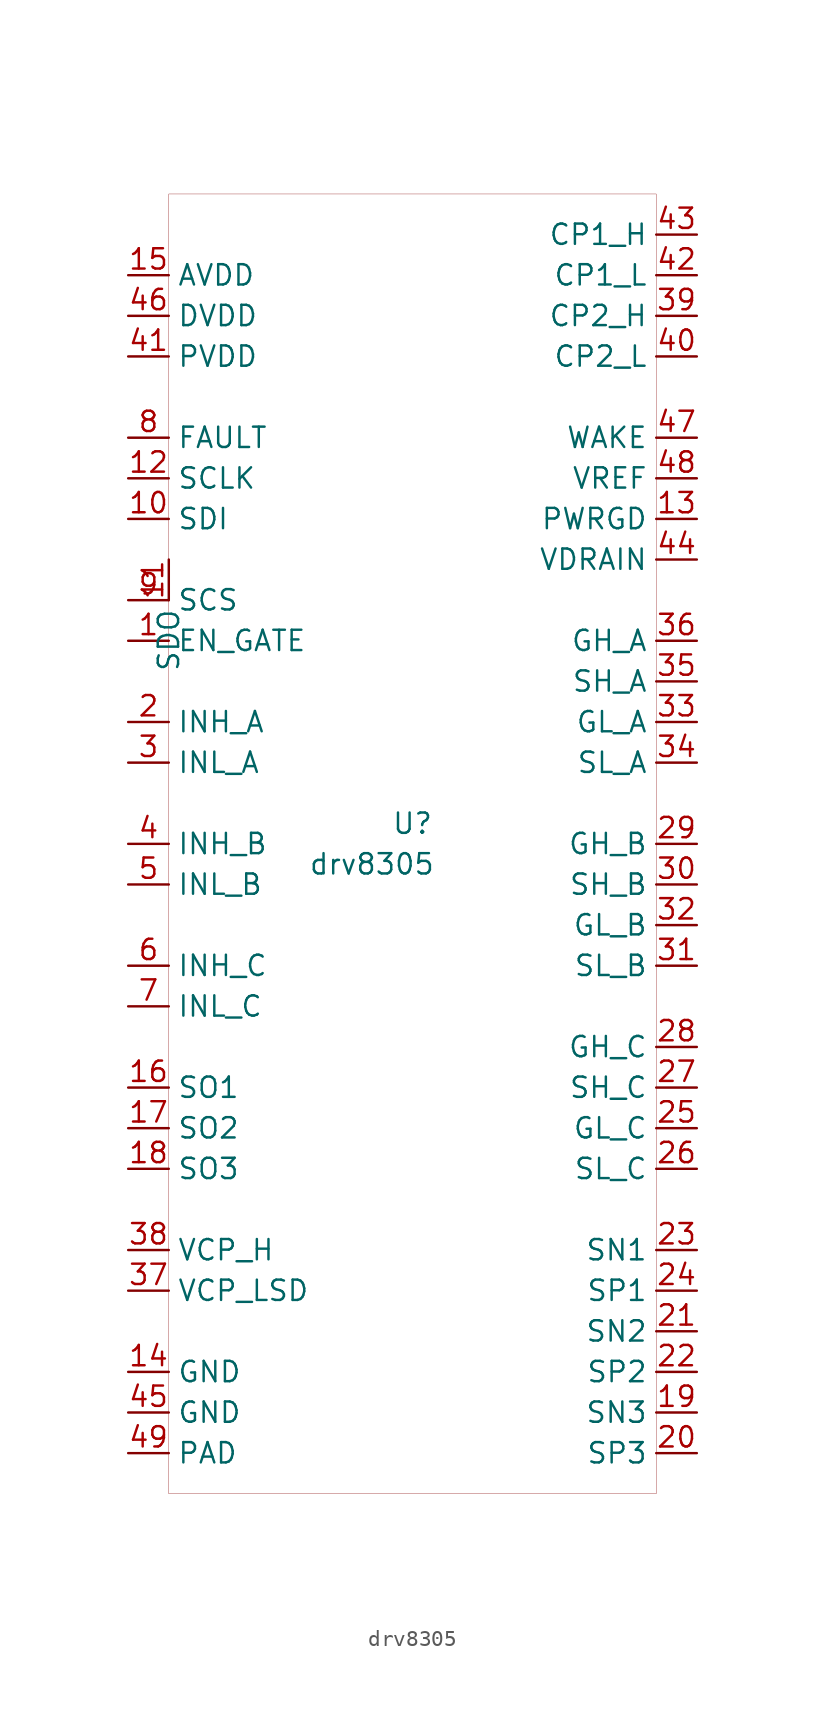
<source format=kicad_sym>
(kicad_symbol_lib
  (version 20201005)
  (generator kicad_symbol_editor)
  (symbol "drv8305:drv8305"
    (property "Reference" "U"
      (at 0 1.27 0)
      (effects (font (size 1.27 1.27))))
    (property "Value" "drv8305"
      (at -2.54 -1.27 0)
      (effects (font (size 1.27 1.27))))
    (symbol "drv8305_0_1"
      (polyline (pts (xy 15.24 40.64) (xy -15.24 40.64) (xy -15.24 -40.64) (xy 15.24 -40.64) (xy 15.24 40.64)) (stroke (width 0.001)) (fill (type none))))
    (symbol "drv8305_1_1"
      (pin input line (at 17.78 38.1 180) (length 2.54) (name "CP1_H" (effects (font (size 1.27 1.27)))) (number "43" (effects (font (size 1.27 1.27)))))
      (pin input line (at 17.78 35.56 180) (length 2.54) (name "CP1_L" (effects (font (size 1.27 1.27)))) (number "42" (effects (font (size 1.27 1.27)))))
      (pin input line (at 17.78 33.02 180) (length 2.54) (name "CP2_H" (effects (font (size 1.27 1.27)))) (number "39" (effects (font (size 1.27 1.27)))))
      (pin input line (at 17.78 30.48 180) (length 2.54) (name "CP2_L" (effects (font (size 1.27 1.27)))) (number "40" (effects (font (size 1.27 1.27)))))
      (pin input line (at 17.78 25.4 180) (length 2.54) (name "WAKE" (effects (font (size 1.27 1.27)))) (number "47" (effects (font (size 1.27 1.27)))))
      (pin input line (at 17.78 22.86 180) (length 2.54) (name "VREF" (effects (font (size 1.27 1.27)))) (number "48" (effects (font (size 1.27 1.27)))))
      (pin input line (at 17.78 20.32 180) (length 2.54) (name "PWRGD" (effects (font (size 1.27 1.27)))) (number "13" (effects (font (size 1.27 1.27)))))
      (pin input line (at 17.78 17.78 180) (length 2.54) (name "VDRAIN" (effects (font (size 1.27 1.27)))) (number "44" (effects (font (size 1.27 1.27)))))
      (pin input line (at 17.78 12.7 180) (length 2.54) (name "GH_A" (effects (font (size 1.27 1.27)))) (number "36" (effects (font (size 1.27 1.27)))))
      (pin input line (at 17.78 10.16 180) (length 2.54) (name "SH_A" (effects (font (size 1.27 1.27)))) (number "35" (effects (font (size 1.27 1.27)))))
      (pin input line (at 17.78 7.62 180) (length 2.54) (name "GL_A" (effects (font (size 1.27 1.27)))) (number "33" (effects (font (size 1.27 1.27)))))
      (pin input line (at 17.78 5.08 180) (length 2.54) (name "SL_A" (effects (font (size 1.27 1.27)))) (number "34" (effects (font (size 1.27 1.27)))))
      (pin input line (at 17.78 0 180) (length 2.54) (name "GH_B" (effects (font (size 1.27 1.27)))) (number "29" (effects (font (size 1.27 1.27)))))
      (pin input line (at 17.78 -7.62 180) (length 2.54) (name "SL_B" (effects (font (size 1.27 1.27)))) (number "31" (effects (font (size 1.27 1.27)))))
      (pin input line (at 17.78 -5.08 180) (length 2.54) (name "GL_B" (effects (font (size 1.27 1.27)))) (number "32" (effects (font (size 1.27 1.27)))))
      (pin input line (at 17.78 -2.54 180) (length 2.54) (name "SH_B" (effects (font (size 1.27 1.27)))) (number "30" (effects (font (size 1.27 1.27)))))
      (pin input line (at 17.78 -12.7 180) (length 2.54) (name "GH_C" (effects (font (size 1.27 1.27)))) (number "28" (effects (font (size 1.27 1.27)))))
      (pin input line (at 17.78 -15.24 180) (length 2.54) (name "SH_C" (effects (font (size 1.27 1.27)))) (number "27" (effects (font (size 1.27 1.27)))))
      (pin input line (at 17.78 -17.78 180) (length 2.54) (name "GL_C" (effects (font (size 1.27 1.27)))) (number "25" (effects (font (size 1.27 1.27)))))
      (pin input line (at 17.78 -20.32 180) (length 2.54) (name "SL_C" (effects (font (size 1.27 1.27)))) (number "26" (effects (font (size 1.27 1.27)))))
      (pin input line (at 17.78 -25.4 180) (length 2.54) (name "SN1" (effects (font (size 1.27 1.27)))) (number "23" (effects (font (size 1.27 1.27)))))
      (pin input line (at 17.78 -27.94 180) (length 2.54) (name "SP1" (effects (font (size 1.27 1.27)))) (number "24" (effects (font (size 1.27 1.27)))))
      (pin input line (at 17.78 -30.48 180) (length 2.54) (name "SN2" (effects (font (size 1.27 1.27)))) (number "21" (effects (font (size 1.27 1.27)))))
      (pin input line (at 17.78 -33.02 180) (length 2.54) (name "SP2" (effects (font (size 1.27 1.27)))) (number "22" (effects (font (size 1.27 1.27)))))
      (pin input line (at 17.78 -35.56 180) (length 2.54) (name "SN3" (effects (font (size 1.27 1.27)))) (number "19" (effects (font (size 1.27 1.27)))))
      (pin input line (at 17.78 -38.1 180) (length 2.54) (name "SP3" (effects (font (size 1.27 1.27)))) (number "20" (effects (font (size 1.27 1.27)))))
      (pin input line (at -17.78 -33.02 0) (length 2.54) (name "GND" (effects (font (size 1.27 1.27)))) (number "14" (effects (font (size 1.27 1.27)))))
      (pin input line (at -17.78 -35.56 0) (length 2.54) (name "GND" (effects (font (size 1.27 1.27)))) (number "45" (effects (font (size 1.27 1.27)))))
      (pin input line (at -17.78 -38.1 0) (length 2.54) (name "PAD" (effects (font (size 1.27 1.27)))) (number "49" (effects (font (size 1.27 1.27)))))
      (pin input line (at -17.78 -27.94 0) (length 2.54) (name "VCP_LSD" (effects (font (size 1.27 1.27)))) (number "37" (effects (font (size 1.27 1.27)))))
      (pin input line (at -17.78 -25.4 0) (length 2.54) (name "VCP_H" (effects (font (size 1.27 1.27)))) (number "38" (effects (font (size 1.27 1.27)))))
      (pin input line (at -17.78 -20.32 0) (length 2.54) (name "SO3" (effects (font (size 1.27 1.27)))) (number "18" (effects (font (size 1.27 1.27)))))
      (pin input line (at -17.78 -17.78 0) (length 2.54) (name "SO2" (effects (font (size 1.27 1.27)))) (number "17" (effects (font (size 1.27 1.27)))))
      (pin input line (at -17.78 -15.24 0) (length 2.54) (name "SO1" (effects (font (size 1.27 1.27)))) (number "16" (effects (font (size 1.27 1.27)))))
      (pin input line (at -17.78 -7.62 0) (length 2.54) (name "INH_C" (effects (font (size 1.27 1.27)))) (number "6" (effects (font (size 1.27 1.27)))))
      (pin input line (at -17.78 -10.16 0) (length 2.54) (name "INL_C" (effects (font (size 1.27 1.27)))) (number "7" (effects (font (size 1.27 1.27)))))
      (pin input line (at -17.78 0 0) (length 2.54) (name "INH_B" (effects (font (size 1.27 1.27)))) (number "4" (effects (font (size 1.27 1.27)))))
      (pin input line (at -17.78 -2.54 0) (length 2.54) (name "INL_B" (effects (font (size 1.27 1.27)))) (number "5" (effects (font (size 1.27 1.27)))))
      (pin input line (at -17.78 5.08 0) (length 2.54) (name "INL_A" (effects (font (size 1.27 1.27)))) (number "3" (effects (font (size 1.27 1.27)))))
      (pin input line (at -17.78 7.62 0) (length 2.54) (name "INH_A" (effects (font (size 1.27 1.27)))) (number "2" (effects (font (size 1.27 1.27)))))
      (pin input line (at -17.78 12.7 0) (length 2.54) (name "EN_GATE" (effects (font (size 1.27 1.27)))) (number "1" (effects (font (size 1.27 1.27)))))
      (pin input line (at -17.78 15.24 0) (length 2.54) (name "SCS" (effects (font (size 1.27 1.27)))) (number "9" (effects (font (size 1.27 1.27)))))
      (pin input line (at -15.24 17.78 270) (length 2.54) (name "SDO" (effects (font (size 1.27 1.27)))) (number "11" (effects (font (size 1.27 1.27)))))
      (pin input line (at -17.78 20.32 0) (length 2.54) (name "SDI" (effects (font (size 1.27 1.27)))) (number "10" (effects (font (size 1.27 1.27)))))
      (pin input line (at -17.78 22.86 0) (length 2.54) (name "SCLK" (effects (font (size 1.27 1.27)))) (number "12" (effects (font (size 1.27 1.27)))))
      (pin input line (at -17.78 25.4 0) (length 2.54) (name "FAULT" (effects (font (size 1.27 1.27)))) (number "8" (effects (font (size 1.27 1.27)))))
      (pin input line (at -17.78 30.48 0) (length 2.54) (name "PVDD" (effects (font (size 1.27 1.27)))) (number "41" (effects (font (size 1.27 1.27)))))
      (pin input line (at -17.78 33.02 0) (length 2.54) (name "DVDD" (effects (font (size 1.27 1.27)))) (number "46" (effects (font (size 1.27 1.27)))))
      (pin input line (at -17.78 35.56 0) (length 2.54) (name "AVDD" (effects (font (size 1.27 1.27)))) (number "15" (effects (font (size 1.27 1.27))))))))
</source>
